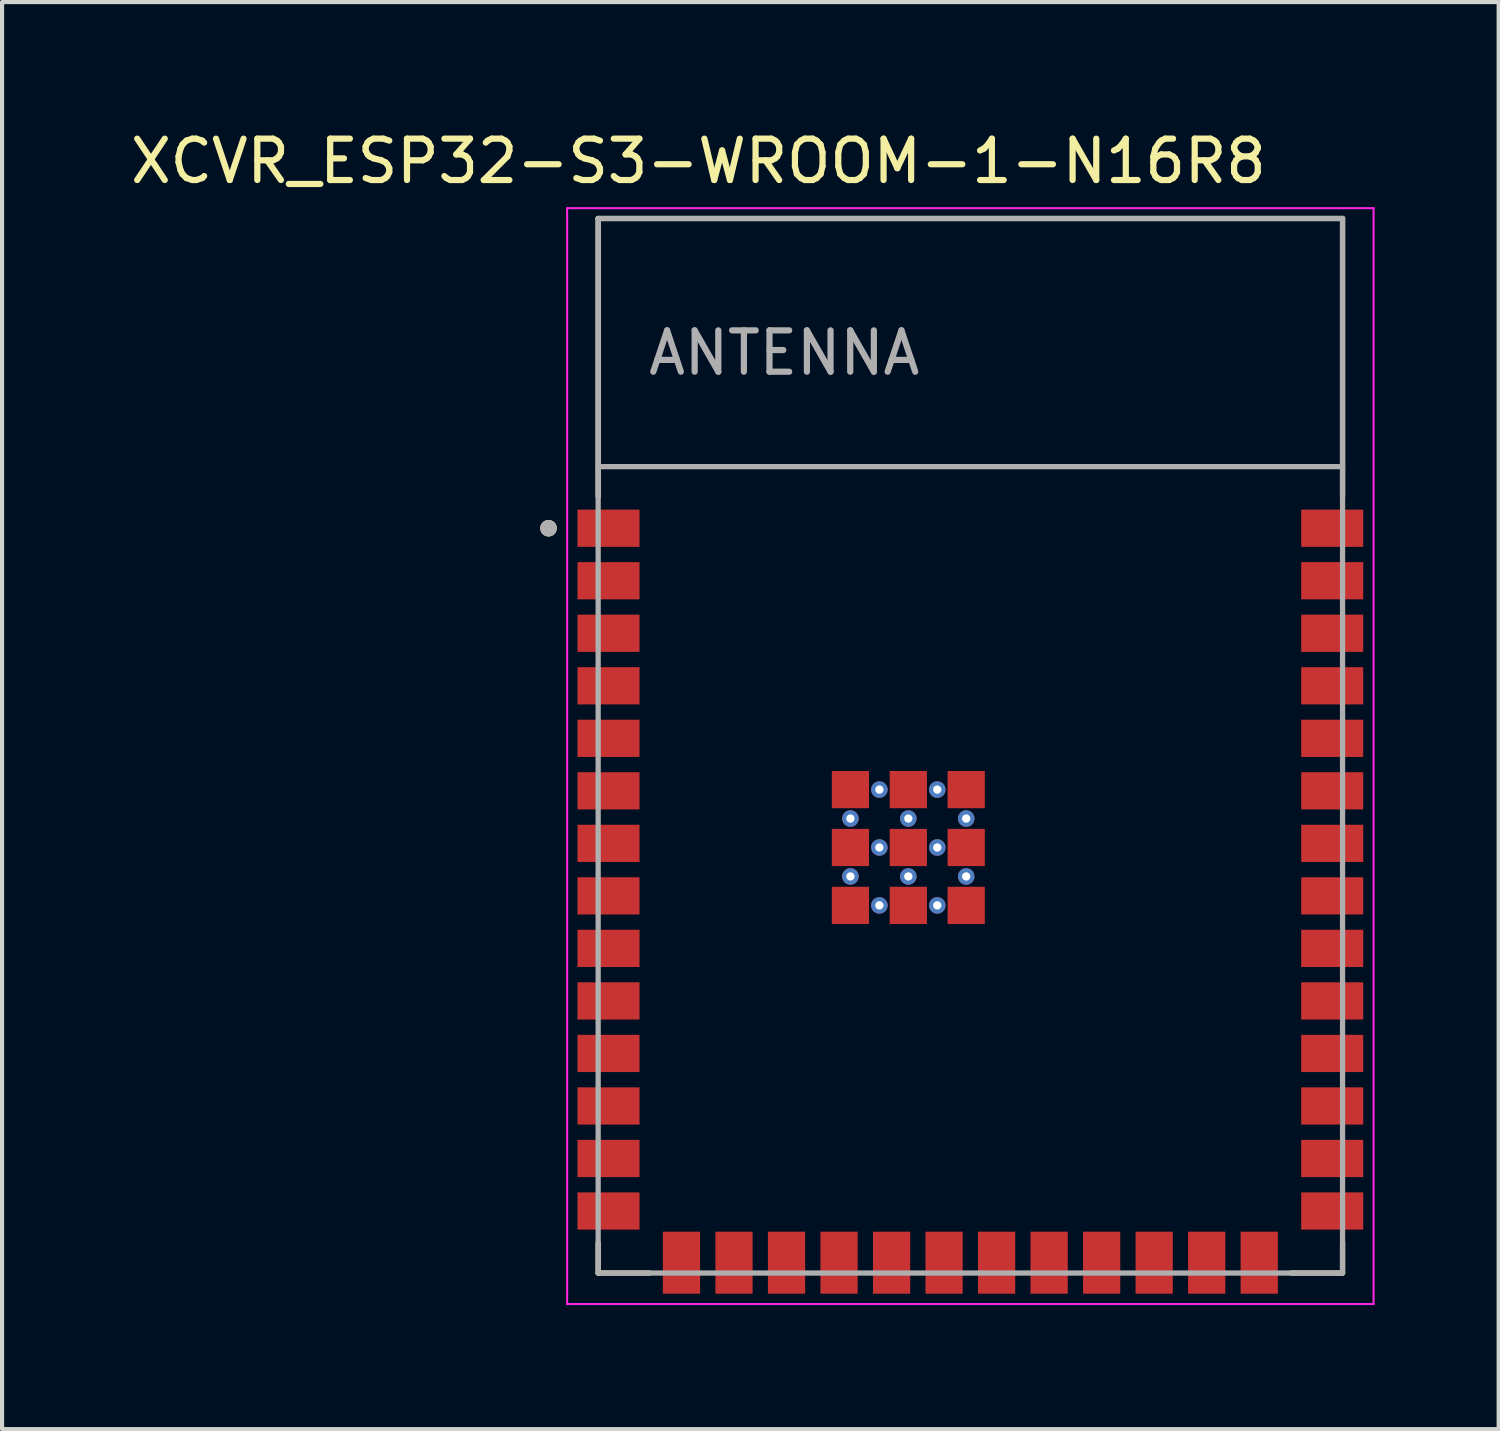
<source format=kicad_pcb>
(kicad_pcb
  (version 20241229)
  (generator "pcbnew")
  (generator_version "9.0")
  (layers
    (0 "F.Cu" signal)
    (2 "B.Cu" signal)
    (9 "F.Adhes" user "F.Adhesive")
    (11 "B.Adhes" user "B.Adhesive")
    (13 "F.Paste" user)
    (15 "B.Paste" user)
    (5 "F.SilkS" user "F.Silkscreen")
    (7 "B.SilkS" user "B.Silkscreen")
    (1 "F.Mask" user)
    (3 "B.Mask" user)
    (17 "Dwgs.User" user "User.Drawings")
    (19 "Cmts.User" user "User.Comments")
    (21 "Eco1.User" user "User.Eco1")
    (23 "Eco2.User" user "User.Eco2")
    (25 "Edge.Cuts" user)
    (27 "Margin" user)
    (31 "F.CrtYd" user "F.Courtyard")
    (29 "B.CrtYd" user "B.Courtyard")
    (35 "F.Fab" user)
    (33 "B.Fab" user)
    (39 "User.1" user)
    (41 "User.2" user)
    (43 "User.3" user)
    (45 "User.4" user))
  (footprint "XCVR_ESP32-S3-WROOM-1-N16R8"
    (layer "F.Cu")
    (at 20.414 14.983)
    (property "Reference" "XCVR_ESP32-S3-WROOM-1-N16R8" (at -6.575 -14.135 0) (layer "F.SilkS") (effects (font (size 1 1) (thickness 0.15))))
    (attr through_hole)
    (fp_line (start -9 -12.75) (end 9 -12.75) (stroke (width 0.127) (type solid)) (layer "F.SilkS"))
    (fp_line (start -9 -6.03) (end -9 -12.75) (stroke (width 0.127) (type solid)) (layer "F.SilkS"))
    (fp_line (start -9 12.02) (end -9 12.75) (stroke (width 0.127) (type solid)) (layer "F.SilkS"))
    (fp_line (start -9 12.75) (end -7.755 12.75) (stroke (width 0.127) (type solid)) (layer "F.SilkS"))
    (fp_line (start 9 -12.75) (end 9 -6.03) (stroke (width 0.127) (type solid)) (layer "F.SilkS"))
    (fp_line (start 9 12.02) (end 9 12.75) (stroke (width 0.127) (type solid)) (layer "F.SilkS"))
    (fp_line (start 9 12.75) (end 7.755 12.75) (stroke (width 0.127) (type solid)) (layer "F.SilkS"))
    (fp_circle (center -10.2 -5.26) (end -10.1 -5.26) (stroke (width 0.2) (type solid)) (fill no) (layer "F.SilkS"))
    (fp_line (start -9.75 -13) (end 9.75 -13) (stroke (width 0.05) (type solid)) (layer "F.CrtYd"))
    (fp_line (start -9.75 13.5) (end -9.75 -13) (stroke (width 0.05) (type solid)) (layer "F.CrtYd"))
    (fp_line (start -9.75 13.5) (end 9.75 13.5) (stroke (width 0.05) (type solid)) (layer "F.CrtYd"))
    (fp_line (start 9.75 -13) (end 9.75 13.5) (stroke (width 0.05) (type solid)) (layer "F.CrtYd"))
    (fp_line (start -9 -12.75) (end 9 -12.75) (stroke (width 0.127) (type solid)) (layer "F.Fab"))
    (fp_line (start -9 -6.75) (end -9 -12.75) (stroke (width 0.127) (type solid)) (layer "F.Fab"))
    (fp_line (start -9 -6.75) (end 9 -6.75) (stroke (width 0.127) (type solid)) (layer "F.Fab"))
    (fp_line (start -9 12.75) (end -9 -6.75) (stroke (width 0.127) (type solid)) (layer "F.Fab"))
    (fp_line (start 9 -12.75) (end 9 -6.75) (stroke (width 0.127) (type solid)) (layer "F.Fab"))
    (fp_line (start 9 -6.75) (end 9 12.75) (stroke (width 0.127) (type solid)) (layer "F.Fab"))
    (fp_line (start 9 12.75) (end -9 12.75) (stroke (width 0.127) (type solid)) (layer "F.Fab"))
    (fp_circle (center -10.2 -5.26) (end -10.1 -5.26) (stroke (width 0.2) (type solid)) (fill no) (layer "F.Fab"))
    (fp_text user "ANTENNA" (at -4.5 -9.5 0) (layer "F.Fab") (effects (font (size 1 1) (thickness 0.15))))
    (pad "1" smd rect (at -8.75 -5.26) (size 1.5 0.9) (layers "F.Cu" "F.Mask" "F.Paste"))
    (pad "2" smd rect (at -8.75 -3.99) (size 1.5 0.9) (layers "F.Cu" "F.Mask" "F.Paste"))
    (pad "3" smd rect (at -8.75 -2.72) (size 1.5 0.9) (layers "F.Cu" "F.Mask" "F.Paste"))
    (pad "4" smd rect (at -8.75 -1.45) (size 1.5 0.9) (layers "F.Cu" "F.Mask" "F.Paste"))
    (pad "5" smd rect (at -8.75 -0.18) (size 1.5 0.9) (layers "F.Cu" "F.Mask" "F.Paste"))
    (pad "6" smd rect (at -8.75 1.09) (size 1.5 0.9) (layers "F.Cu" "F.Mask" "F.Paste"))
    (pad "7" smd rect (at -8.75 2.36) (size 1.5 0.9) (layers "F.Cu" "F.Mask" "F.Paste"))
    (pad "8" smd rect (at -8.75 3.63) (size 1.5 0.9) (layers "F.Cu" "F.Mask" "F.Paste"))
    (pad "9" smd rect (at -8.75 4.9) (size 1.5 0.9) (layers "F.Cu" "F.Mask" "F.Paste"))
    (pad "10" smd rect (at -8.75 6.17) (size 1.5 0.9) (layers "F.Cu" "F.Mask" "F.Paste"))
    (pad "11" smd rect (at -8.75 7.44) (size 1.5 0.9) (layers "F.Cu" "F.Mask" "F.Paste"))
    (pad "12" smd rect (at -8.75 8.71) (size 1.5 0.9) (layers "F.Cu" "F.Mask" "F.Paste"))
    (pad "13" smd rect (at -8.75 9.98) (size 1.5 0.9) (layers "F.Cu" "F.Mask" "F.Paste"))
    (pad "14" smd rect (at -8.75 11.25) (size 1.5 0.9) (layers "F.Cu" "F.Mask" "F.Paste"))
    (pad "15" smd rect (at -6.985 12.5) (size 0.9 1.5) (layers "F.Cu" "F.Mask" "F.Paste"))
    (pad "16" smd rect (at -5.715 12.5) (size 0.9 1.5) (layers "F.Cu" "F.Mask" "F.Paste"))
    (pad "17" smd rect (at -4.445 12.5) (size 0.9 1.5) (layers "F.Cu" "F.Mask" "F.Paste"))
    (pad "18" smd rect (at -3.175 12.5) (size 0.9 1.5) (layers "F.Cu" "F.Mask" "F.Paste"))
    (pad "19" smd rect (at -1.905 12.5) (size 0.9 1.5) (layers "F.Cu" "F.Mask" "F.Paste"))
    (pad "20" smd rect (at -0.635 12.5) (size 0.9 1.5) (layers "F.Cu" "F.Mask" "F.Paste"))
    (pad "21" smd rect (at 0.635 12.5) (size 0.9 1.5) (layers "F.Cu" "F.Mask" "F.Paste"))
    (pad "22" smd rect (at 1.905 12.5) (size 0.9 1.5) (layers "F.Cu" "F.Mask" "F.Paste"))
    (pad "23" smd rect (at 3.175 12.5) (size 0.9 1.5) (layers "F.Cu" "F.Mask" "F.Paste"))
    (pad "24" smd rect (at 4.445 12.5) (size 0.9 1.5) (layers "F.Cu" "F.Mask" "F.Paste"))
    (pad "25" smd rect (at 5.715 12.5) (size 0.9 1.5) (layers "F.Cu" "F.Mask" "F.Paste"))
    (pad "26" smd rect (at 6.985 12.5) (size 0.9 1.5) (layers "F.Cu" "F.Mask" "F.Paste"))
    (pad "27" smd rect (at 8.75 11.25) (size 1.5 0.9) (layers "F.Cu" "F.Mask" "F.Paste"))
    (pad "28" smd rect (at 8.75 9.98) (size 1.5 0.9) (layers "F.Cu" "F.Mask" "F.Paste"))
    (pad "29" smd rect (at 8.75 8.71) (size 1.5 0.9) (layers "F.Cu" "F.Mask" "F.Paste"))
    (pad "30" smd rect (at 8.75 7.44) (size 1.5 0.9) (layers "F.Cu" "F.Mask" "F.Paste"))
    (pad "31" smd rect (at 8.75 6.17) (size 1.5 0.9) (layers "F.Cu" "F.Mask" "F.Paste"))
    (pad "32" smd rect (at 8.75 4.9) (size 1.5 0.9) (layers "F.Cu" "F.Mask" "F.Paste"))
    (pad "33" smd rect (at 8.75 3.63) (size 1.5 0.9) (layers "F.Cu" "F.Mask" "F.Paste"))
    (pad "34" smd rect (at 8.75 2.36) (size 1.5 0.9) (layers "F.Cu" "F.Mask" "F.Paste"))
    (pad "35" smd rect (at 8.75 1.09) (size 1.5 0.9) (layers "F.Cu" "F.Mask" "F.Paste"))
    (pad "36" smd rect (at 8.75 -0.18) (size 1.5 0.9) (layers "F.Cu" "F.Mask" "F.Paste"))
    (pad "37" smd rect (at 8.75 -1.45) (size 1.5 0.9) (layers "F.Cu" "F.Mask" "F.Paste"))
    (pad "38" smd rect (at 8.75 -2.72) (size 1.5 0.9) (layers "F.Cu" "F.Mask" "F.Paste"))
    (pad "39" smd rect (at 8.75 -3.99) (size 1.5 0.9) (layers "F.Cu" "F.Mask" "F.Paste"))
    (pad "40" smd rect (at 8.75 -5.26) (size 1.5 0.9) (layers "F.Cu" "F.Mask" "F.Paste"))
    (pad "41_1" smd rect (at -1.5 2.46) (size 0.9 0.9) (layers "F.Cu" "F.Mask" "F.Paste"))
    (pad "41_2" smd rect (at -2.9 2.46) (size 0.9 0.9) (layers "F.Cu" "F.Mask" "F.Paste"))
    (pad "41_3" smd rect (at -0.1 2.46) (size 0.9 0.9) (layers "F.Cu" "F.Mask" "F.Paste"))
    (pad "41_4" smd rect (at -2.9 3.86) (size 0.9 0.9) (layers "F.Cu" "F.Mask" "F.Paste"))
    (pad "41_5" smd rect (at -1.5 3.86) (size 0.9 0.9) (layers "F.Cu" "F.Mask" "F.Paste"))
    (pad "41_6" smd rect (at -0.1 3.86) (size 0.9 0.9) (layers "F.Cu" "F.Mask" "F.Paste"))
    (pad "41_7" smd rect (at -2.9 1.06) (size 0.9 0.9) (layers "F.Cu" "F.Mask" "F.Paste"))
    (pad "41_8" smd rect (at -1.5 1.06) (size 0.9 0.9) (layers "F.Cu" "F.Mask" "F.Paste"))
    (pad "41_9" smd rect (at -0.1 1.06) (size 0.9 0.9) (layers "F.Cu" "F.Mask" "F.Paste"))
    (pad "41_10" thru_hole circle (at -1.5 1.76) (size 0.4 0.4) (drill 0.2) (layers "*.Cu"))
    (pad "41_11" thru_hole circle (at -2.9 1.76) (size 0.4 0.4) (drill 0.2) (layers "*.Cu"))
    (pad "41_12" thru_hole circle (at -0.1 1.76) (size 0.4 0.4) (drill 0.2) (layers "*.Cu"))
    (pad "41_13" thru_hole circle (at -2.9 3.16) (size 0.4 0.4) (drill 0.2) (layers "*.Cu"))
    (pad "41_14" thru_hole circle (at -1.5 3.16) (size 0.4 0.4) (drill 0.2) (layers "*.Cu"))
    (pad "41_15" thru_hole circle (at -0.1 3.16) (size 0.4 0.4) (drill 0.2) (layers "*.Cu"))
    (pad "41_16" thru_hole circle (at -2.2 1.06) (size 0.4 0.4) (drill 0.2) (layers "*.Cu"))
    (pad "41_17" thru_hole circle (at -0.8 1.06) (size 0.4 0.4) (drill 0.2) (layers "*.Cu"))
    (pad "41_18" thru_hole circle (at -2.2 2.46) (size 0.4 0.4) (drill 0.2) (layers "*.Cu"))
    (pad "41_19" thru_hole circle (at -0.8 2.46) (size 0.4 0.4) (drill 0.2) (layers "*.Cu"))
    (pad "41_20" thru_hole circle (at -2.2 3.86) (size 0.4 0.4) (drill 0.2) (layers "*.Cu"))
    (pad "41_21" thru_hole circle (at -0.8 3.86) (size 0.4 0.4) (drill 0.2) (layers "*.Cu"))
    (zone (net_name "") (layer "F.Cu") (hatch full 0.508) (connect_pads) (min_thickness 0.01) (filled_areas_thickness no) (keepout (tracks not_allowed) (vias not_allowed) (pads not_allowed) (copperpour not_allowed) (footprints allowed)) (placement (enabled no)) (fill) (polygon (pts (xy 11.414 2.233) (xy 29.414 2.233) (xy 29.414 8.233) (xy 11.414 8.233))))
    (zone (net_name "") (layers "F.Cu" "B.Cu") (hatch full 0.508) (connect_pads) (min_thickness 0.01) (filled_areas_thickness no) (keepout (tracks allowed) (vias not_allowed) (pads allowed) (copperpour allowed) (footprints allowed)) (placement (enabled no)) (fill) (polygon (pts (xy 11.414 2.233) (xy 29.414 2.233) (xy 29.414 8.233) (xy 11.414 8.233))))
    (zone (net_name "") (layer "B.Cu") (hatch full 0.508) (connect_pads) (min_thickness 0.01) (filled_areas_thickness no) (keepout (tracks not_allowed) (vias not_allowed) (pads not_allowed) (copperpour not_allowed) (footprints allowed)) (placement (enabled no)) (fill) (polygon (pts (xy 11.414 2.233) (xy 29.414 2.233) (xy 29.414 8.233) (xy 11.414 8.233)))))
  (gr_rect
    (start -3 -3)
    (end 33.189 31.508)
    (stroke (width 0.1) (type default))
    (fill no)
    (layer "Edge.Cuts")))
</source>
